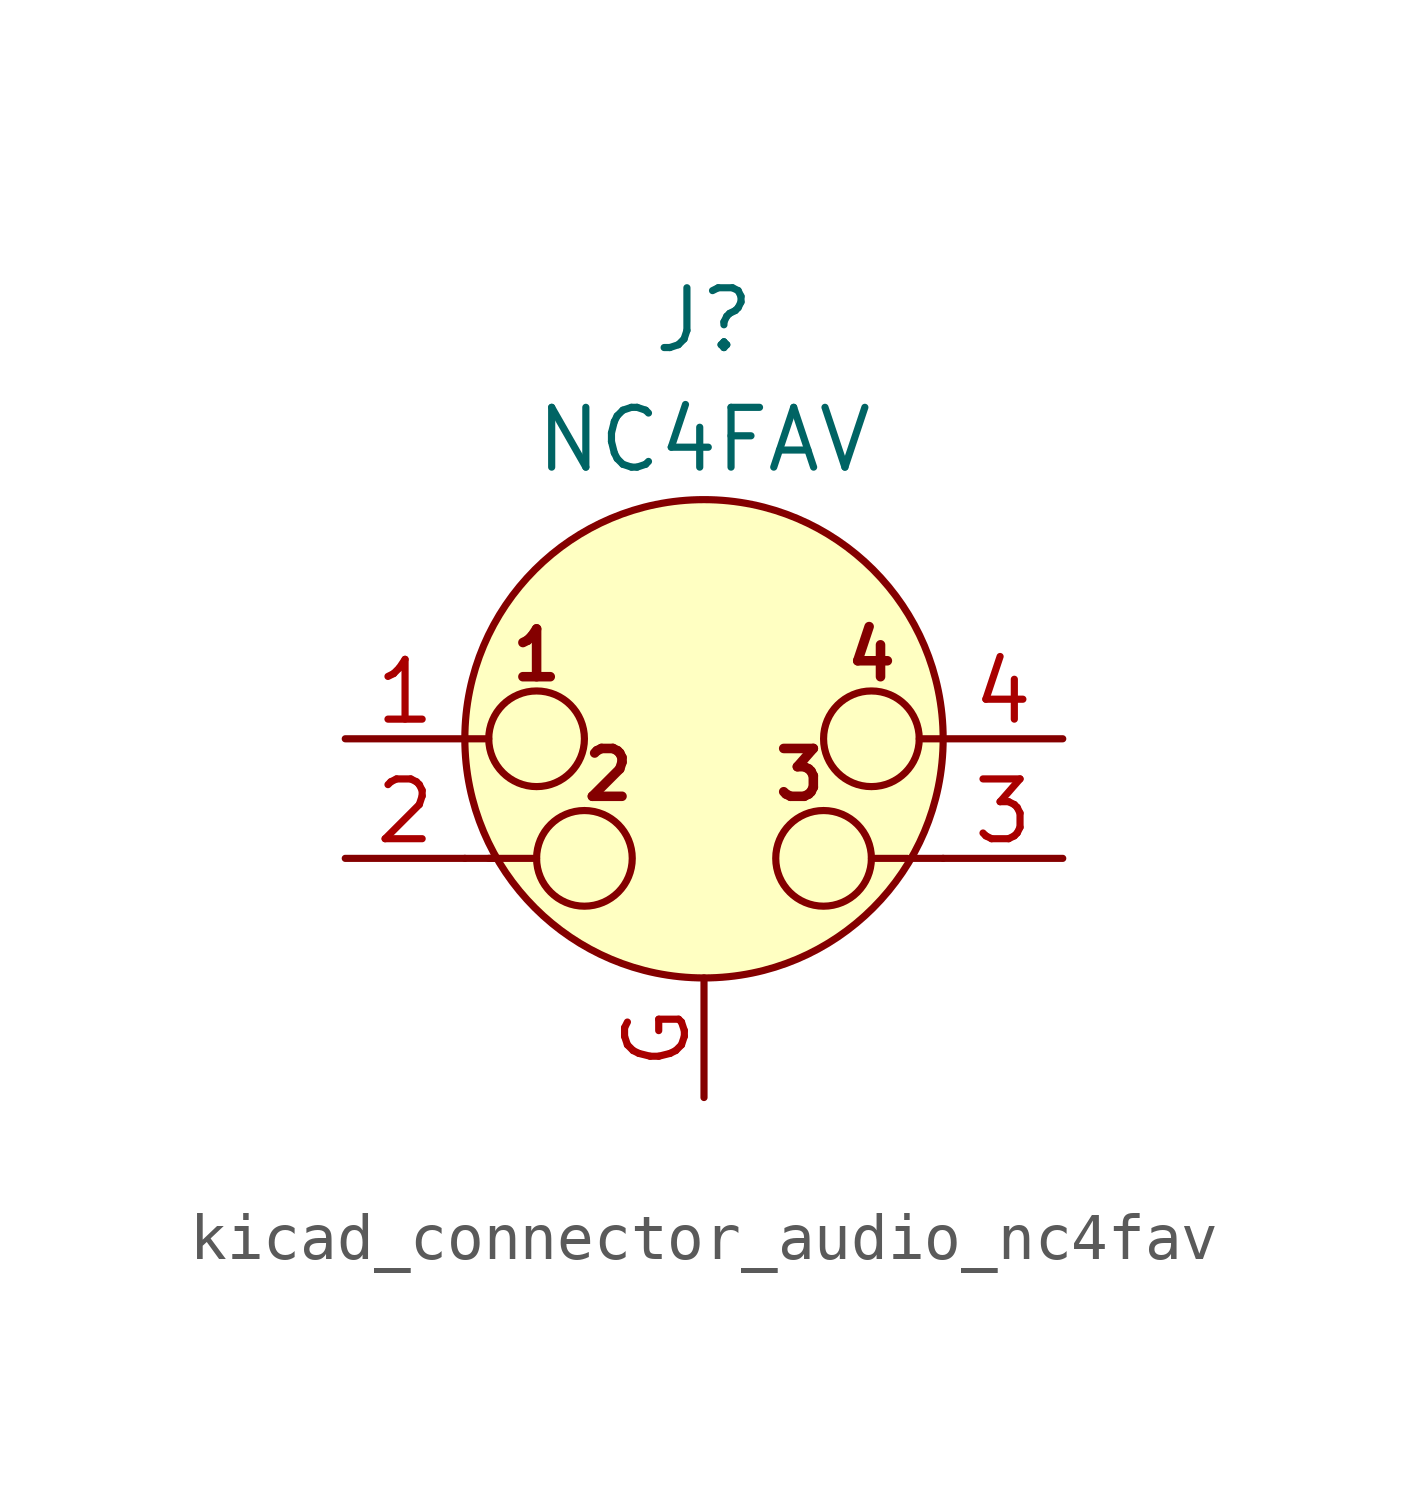
<source format=kicad_sym>
(kicad_symbol_lib
  (version 20220914)
  (generator kicad_symbol_editor)
  (symbol "kicad_connector_audio_nc4fav"
    (pin_names hide)
    (property "Reference" "J"
      (at 0 8.89 0)
      (effects (font (size 1.27 1.27))))
    (property "Value" "NC4FAV"
      (at 0 6.35 0)
      (effects (font (size 1.27 1.27))))
    (symbol "kicad_connector_audio_nc4fav_0_1"
      (circle (center -3.556 0) (radius 1.016) (stroke (width 0) (type default)) (fill (type none)))
      (circle (center -2.54 -2.54) (radius 1.016) (stroke (width 0) (type default)) (fill (type none)))
      (polyline (pts (xy -5.08 -2.54) (xy -4.445 -2.54)) (stroke (width 0) (type default)) (fill (type none)))
      (polyline (pts (xy -5.08 0) (xy -4.572 0)) (stroke (width 0) (type default)) (fill (type none)))
      (polyline (pts (xy -4.572 -2.54) (xy -3.556 -2.54)) (stroke (width 0) (type default)) (fill (type none)))
      (polyline (pts (xy 4.318 -2.54) (xy 3.556 -2.54)) (stroke (width 0) (type default)) (fill (type none)))
      (polyline (pts (xy 5.08 -2.54) (xy 4.445 -2.54)) (stroke (width 0) (type default)) (fill (type none)))
      (polyline (pts (xy 5.08 0) (xy 4.572 0)) (stroke (width 0) (type default)) (fill (type none)))
      (circle (center 0 0) (radius 5.08) (stroke (width 0) (type default)) (fill (type background)))
      (circle (center 2.54 -2.54) (radius 1.016) (stroke (width 0) (type default)) (fill (type none)))
      (circle (center 3.556 0) (radius 1.016) (stroke (width 0) (type default)) (fill (type none)))
      (text "1" (at -3.556 1.778 0) (effects (font (size 1.016 1.016) bold)))
      (text "2" (at -2.032 -0.762 0) (effects (font (size 1.016 1.016) bold)))
      (text "3" (at 2.032 -0.762 0) (effects (font (size 1.016 1.016) bold)))
      (text "4" (at 3.556 1.778 0) (effects (font (size 1.016 1.016) bold))))
    (symbol "kicad_connector_audio_nc4fav_1_1"
      (pin passive line (at -7.62 0 0) (length 2.54) (name "~" (effects (font (size 1.27 1.27)))) (number "1" (effects (font (size 1.27 1.27)))))
      (pin passive line (at -7.62 -2.54 0) (length 2.54) (name "~" (effects (font (size 1.27 1.27)))) (number "2" (effects (font (size 1.27 1.27)))))
      (pin passive line (at 7.62 -2.54 180) (length 2.54) (name "~" (effects (font (size 1.27 1.27)))) (number "3" (effects (font (size 1.27 1.27)))))
      (pin passive line (at 7.62 0 180) (length 2.54) (name "~" (effects (font (size 1.27 1.27)))) (number "4" (effects (font (size 1.27 1.27)))))
      (pin passive line (at 0 -7.62 90) (length 2.54) (name "~" (effects (font (size 1.27 1.27)))) (number "G" (effects (font (size 1.27 1.27))))))))
</source>
